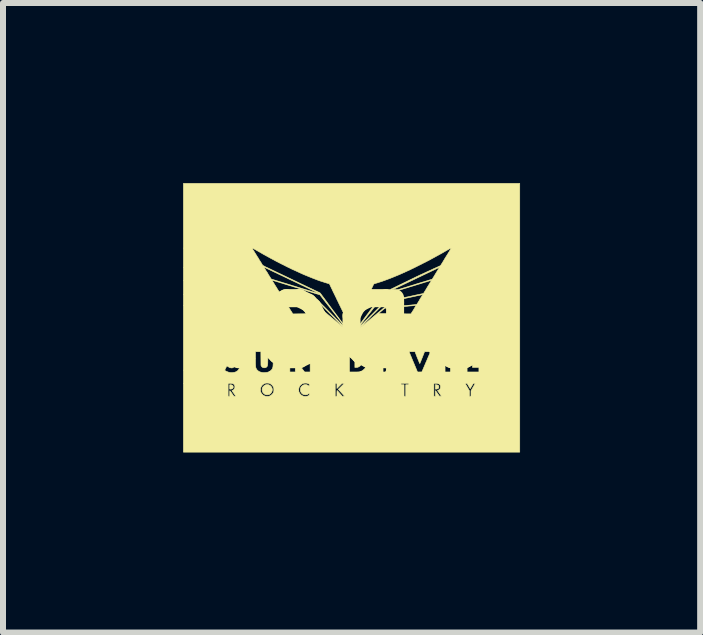
<source format=kicad_pcb>
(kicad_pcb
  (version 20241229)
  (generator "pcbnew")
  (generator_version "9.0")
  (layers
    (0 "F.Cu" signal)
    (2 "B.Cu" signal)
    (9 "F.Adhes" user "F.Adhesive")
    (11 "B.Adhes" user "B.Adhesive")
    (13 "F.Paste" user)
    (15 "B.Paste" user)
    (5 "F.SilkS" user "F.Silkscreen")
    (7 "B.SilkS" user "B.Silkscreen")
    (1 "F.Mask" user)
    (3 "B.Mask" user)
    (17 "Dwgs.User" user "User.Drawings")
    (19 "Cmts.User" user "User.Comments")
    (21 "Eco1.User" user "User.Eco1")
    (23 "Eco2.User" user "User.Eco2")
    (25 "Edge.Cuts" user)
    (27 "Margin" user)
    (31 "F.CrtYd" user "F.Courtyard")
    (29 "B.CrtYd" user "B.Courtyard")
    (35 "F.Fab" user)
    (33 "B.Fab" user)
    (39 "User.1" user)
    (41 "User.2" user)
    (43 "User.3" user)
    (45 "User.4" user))
  (footprint "logo"
    (layer "F.Cu")
    (at 2.805 2.243)
    (property "Reference" "logo" (at 0 0 0) (layer "F.SilkS") (effects (font (size 1.524 1.524) (thickness 0.3))))
    (attr through_hole)
    (fp_poly (pts (xy 1.414 1.116) (xy 1.43 1.119) (xy 1.441 1.123) (xy 1.449 1.13) (xy 1.453 1.14) (xy 1.455 1.148) (xy 1.454 1.161) (xy 1.449 1.172) (xy 1.44 1.181) (xy 1.426 1.186) (xy 1.412 1.188) (xy 1.397 1.188) (xy 1.397 1.114) (xy 1.414 1.116)) (stroke (width 0.01) (type solid)) (fill yes) (layer "F.SilkS"))
    (fp_poly (pts (xy -2.019 1.115) (xy -2.001 1.117) (xy -1.987 1.122) (xy -1.977 1.13) (xy -1.976 1.131) (xy -1.971 1.144) (xy -1.97 1.158) (xy -1.974 1.171) (xy -1.974 1.171) (xy -1.981 1.179) (xy -1.992 1.184) (xy -2.006 1.188) (xy -2.015 1.188) (xy -2.029 1.188) (xy -2.029 1.115) (xy -2.019 1.115)) (stroke (width 0.01) (type solid)) (fill yes) (layer "F.SilkS"))
    (fp_poly (pts (xy 0.077 0.642) (xy 0.094 0.644) (xy 0.107 0.646) (xy 0.118 0.65) (xy 0.128 0.656) (xy 0.13 0.657) (xy 0.146 0.671) (xy 0.158 0.688) (xy 0.166 0.708) (xy 0.169 0.731) (xy 0.169 0.735) (xy 0.167 0.759) (xy 0.16 0.779) (xy 0.149 0.796) (xy 0.133 0.809) (xy 0.123 0.815) (xy 0.112 0.821) (xy 0.103 0.824) (xy 0.092 0.826) (xy 0.08 0.826) (xy 0.056 0.828) (xy 0.056 0.64) (xy 0.077 0.642)) (stroke (width 0.01) (type solid)) (fill yes) (layer "F.SilkS"))
    (fp_poly (pts (xy -1.387 1.114) (xy -1.368 1.121) (xy -1.35 1.133) (xy -1.336 1.148) (xy -1.327 1.162) (xy -1.321 1.181) (xy -1.319 1.202) (xy -1.323 1.222) (xy -1.331 1.24) (xy -1.343 1.257) (xy -1.36 1.272) (xy -1.365 1.275) (xy -1.374 1.279) (xy -1.383 1.282) (xy -1.394 1.283) (xy -1.401 1.283) (xy -1.413 1.284) (xy -1.421 1.283) (xy -1.429 1.281) (xy -1.437 1.278) (xy -1.441 1.276) (xy -1.46 1.263) (xy -1.474 1.248) (xy -1.484 1.229) (xy -1.489 1.209) (xy -1.489 1.187) (xy -1.486 1.171) (xy -1.479 1.157) (xy -1.468 1.142) (xy -1.454 1.13) (xy -1.439 1.12) (xy -1.429 1.116) (xy -1.408 1.113) (xy -1.387 1.114)) (stroke (width 0.01) (type solid)) (fill yes) (layer "F.SilkS"))
    (fp_poly (pts (xy 2.802 2.238) (xy -2.8 2.238) (xy -2.8 1.092) (xy -2.055 1.092) (xy -2.055 1.307) (xy -2.029 1.307) (xy -2.029 1.26) (xy -2.029 1.245) (xy -2.029 1.231) (xy -2.028 1.221) (xy -2.027 1.215) (xy -2.027 1.214) (xy -2.025 1.216) (xy -2.02 1.222) (xy -2.013 1.231) (xy -2.004 1.243) (xy -1.994 1.257) (xy -1.992 1.26) (xy -1.96 1.307) (xy -1.944 1.307) (xy -1.934 1.306) (xy -1.93 1.305) (xy -1.929 1.303) (xy -1.929 1.303) (xy -1.932 1.3) (xy -1.937 1.293) (xy -1.944 1.283) (xy -1.952 1.27) (xy -1.962 1.257) (xy -1.972 1.243) (xy -1.98 1.231) (xy -1.987 1.222) (xy -1.991 1.215) (xy -1.992 1.213) (xy -1.992 1.213) (xy -1.99 1.211) (xy -1.985 1.209) (xy -1.97 1.203) (xy -1.958 1.193) (xy -1.517 1.193) (xy -1.516 1.215) (xy -1.511 1.237) (xy -1.502 1.256) (xy -1.488 1.273) (xy -1.488 1.273) (xy -1.472 1.289) (xy -1.454 1.299) (xy -1.435 1.306) (xy -1.414 1.309) (xy -1.4 1.309) (xy -1.386 1.308) (xy -1.375 1.307) (xy -1.367 1.304) (xy -1.357 1.3) (xy -1.356 1.3) (xy -1.338 1.288) (xy -1.321 1.273) (xy -1.307 1.255) (xy -1.302 1.246) (xy -1.299 1.238) (xy -1.296 1.23) (xy -1.295 1.223) (xy -1.294 1.212) (xy -1.294 1.201) (xy -0.879 1.201) (xy -0.879 1.214) (xy -0.878 1.224) (xy -0.876 1.232) (xy -0.872 1.241) (xy -0.87 1.245) (xy -0.861 1.261) (xy -0.848 1.277) (xy -0.833 1.29) (xy -0.823 1.296) (xy -0.809 1.303) (xy -0.795 1.307) (xy -0.781 1.309) (xy -0.764 1.309) (xy -0.763 1.309) (xy -0.749 1.308) (xy -0.739 1.307) (xy -0.731 1.304) (xy -0.722 1.3) (xy -0.721 1.299) (xy -0.704 1.291) (xy -0.702 1.256) (xy -0.715 1.265) (xy -0.731 1.276) (xy -0.747 1.282) (xy -0.764 1.284) (xy -0.774 1.284) (xy -0.794 1.28) (xy -0.811 1.273) (xy -0.826 1.261) (xy -0.831 1.256) (xy -0.841 1.242) (xy -0.847 1.229) (xy -0.851 1.214) (xy -0.852 1.202) (xy -0.852 1.189) (xy -0.851 1.18) (xy -0.849 1.172) (xy -0.846 1.164) (xy -0.835 1.146) (xy -0.82 1.131) (xy -0.803 1.12) (xy -0.784 1.114) (xy -0.764 1.113) (xy -0.763 1.113) (xy -0.748 1.115) (xy -0.734 1.121) (xy -0.721 1.128) (xy -0.713 1.134) (xy -0.708 1.139) (xy -0.705 1.139) (xy -0.703 1.135) (xy -0.703 1.125) (xy -0.703 1.123) (xy -0.703 1.107) (xy -0.721 1.097) (xy -0.731 1.093) (xy -0.733 1.092) (xy -0.271 1.092) (xy -0.271 1.307) (xy -0.243 1.307) (xy -0.243 1.259) (xy -0.243 1.243) (xy -0.242 1.229) (xy -0.242 1.219) (xy -0.241 1.212) (xy -0.241 1.211) (xy -0.238 1.213) (xy -0.233 1.219) (xy -0.224 1.227) (xy -0.214 1.238) (xy -0.203 1.251) (xy -0.196 1.259) (xy -0.154 1.307) (xy -0.136 1.307) (xy -0.127 1.306) (xy -0.121 1.306) (xy -0.119 1.305) (xy -0.12 1.302) (xy -0.126 1.296) (xy -0.134 1.287) (xy -0.144 1.275) (xy -0.156 1.262) (xy -0.169 1.247) (xy -0.22 1.192) (xy -0.17 1.142) (xy -0.12 1.092) (xy 0.296 1.092) (xy 0.296 1.307) (xy 0.409 1.307) (xy 0.409 1.281) (xy 0.325 1.281) (xy 0.325 1.202) (xy 0.406 1.202) (xy 0.406 1.177) (xy 0.325 1.177) (xy 0.325 1.115) (xy 0.409 1.115) (xy 0.409 1.092) (xy 0.824 1.092) (xy 0.824 1.115) (xy 0.875 1.115) (xy 0.875 1.307) (xy 0.903 1.307) (xy 1.372 1.307) (xy 1.397 1.307) (xy 1.397 1.26) (xy 1.397 1.245) (xy 1.397 1.231) (xy 1.398 1.221) (xy 1.399 1.215) (xy 1.399 1.214) (xy 1.401 1.216) (xy 1.406 1.222) (xy 1.413 1.232) (xy 1.422 1.244) (xy 1.431 1.258) (xy 1.433 1.26) (xy 1.464 1.305) (xy 1.48 1.306) (xy 1.488 1.306) (xy 1.494 1.306) (xy 1.496 1.305) (xy 1.494 1.302) (xy 1.49 1.295) (xy 1.483 1.285) (xy 1.475 1.273) (xy 1.465 1.259) (xy 1.464 1.257) (xy 1.432 1.212) (xy 1.444 1.207) (xy 1.46 1.199) (xy 1.472 1.187) (xy 1.479 1.171) (xy 1.482 1.152) (xy 1.482 1.15) (xy 1.48 1.132) (xy 1.474 1.117) (xy 1.463 1.106) (xy 1.455 1.101) (xy 1.448 1.098) (xy 1.441 1.095) (xy 1.433 1.094) (xy 1.427 1.094) (xy 1.894 1.094) (xy 1.929 1.155) (xy 1.964 1.216) (xy 1.964 1.307) (xy 1.99 1.307) (xy 1.99 1.261) (xy 1.99 1.215) (xy 2.025 1.154) (xy 2.06 1.094) (xy 2.047 1.093) (xy 2.039 1.092) (xy 2.032 1.093) (xy 2.031 1.093) (xy 2.028 1.096) (xy 2.024 1.103) (xy 2.017 1.113) (xy 2.01 1.125) (xy 2.005 1.134) (xy 1.997 1.147) (xy 1.99 1.16) (xy 1.985 1.169) (xy 1.981 1.176) (xy 1.98 1.178) (xy 1.978 1.179) (xy 1.976 1.178) (xy 1.973 1.175) (xy 1.969 1.169) (xy 1.963 1.159) (xy 1.955 1.144) (xy 1.953 1.142) (xy 1.944 1.125) (xy 1.937 1.113) (xy 1.931 1.104) (xy 1.927 1.098) (xy 1.923 1.094) (xy 1.92 1.093) (xy 1.916 1.092) (xy 1.911 1.093) (xy 1.909 1.093) (xy 1.894 1.094) (xy 1.427 1.094) (xy 1.423 1.093) (xy 1.408 1.093) (xy 1.406 1.093) (xy 1.372 1.092) (xy 1.372 1.307) (xy 0.903 1.307) (xy 0.903 1.115) (xy 0.954 1.115) (xy 0.954 1.092) (xy 0.824 1.092) (xy 0.409 1.092) (xy 0.296 1.092) (xy -0.12 1.092) (xy -0.157 1.092) (xy -0.2 1.135) (xy -0.243 1.178) (xy -0.243 1.092) (xy -0.271 1.092) (xy -0.733 1.092) (xy -0.739 1.09) (xy -0.748 1.089) (xy -0.759 1.088) (xy -0.766 1.088) (xy -0.787 1.089) (xy -0.804 1.093) (xy -0.82 1.099) (xy -0.834 1.109) (xy -0.853 1.125) (xy -0.866 1.144) (xy -0.875 1.165) (xy -0.879 1.189) (xy -0.879 1.201) (xy -1.294 1.201) (xy -1.294 1.199) (xy -1.294 1.186) (xy -1.295 1.176) (xy -1.296 1.168) (xy -1.299 1.161) (xy -1.302 1.152) (xy -1.303 1.151) (xy -1.314 1.133) (xy -1.329 1.117) (xy -1.346 1.103) (xy -1.362 1.095) (xy -1.373 1.091) (xy -1.383 1.089) (xy -1.396 1.088) (xy -1.405 1.088) (xy -1.419 1.088) (xy -1.428 1.089) (xy -1.437 1.091) (xy -1.445 1.094) (xy -1.451 1.097) (xy -1.473 1.11) (xy -1.491 1.127) (xy -1.504 1.147) (xy -1.513 1.169) (xy -1.517 1.193) (xy -1.958 1.193) (xy -1.957 1.192) (xy -1.949 1.178) (xy -1.944 1.162) (xy -1.943 1.143) (xy -1.945 1.135) (xy -1.95 1.12) (xy -1.958 1.109) (xy -1.969 1.101) (xy -1.985 1.096) (xy -2.005 1.093) (xy -2.024 1.092) (xy -2.055 1.092) (xy -2.8 1.092) (xy -2.8 0.875) (xy -2.112 0.875) (xy -2.108 0.878) (xy -2.101 0.883) (xy -2.09 0.889) (xy -2.079 0.894) (xy -2.067 0.899) (xy -2.058 0.903) (xy -2.045 0.907) (xy -2.032 0.91) (xy -2.024 0.912) (xy -2.007 0.913) (xy -1.988 0.913) (xy -1.969 0.911) (xy -1.951 0.908) (xy -1.94 0.906) (xy -1.916 0.895) (xy -1.897 0.882) (xy -1.882 0.865) (xy -1.871 0.845) (xy -1.865 0.822) (xy -1.863 0.794) (xy -1.863 0.793) (xy -1.864 0.772) (xy -1.867 0.755) (xy -1.874 0.741) (xy -1.884 0.73) (xy -1.894 0.721) (xy -1.905 0.713) (xy -1.92 0.706) (xy -1.938 0.699) (xy -1.956 0.693) (xy -1.972 0.687) (xy -1.983 0.683) (xy -1.991 0.678) (xy -1.997 0.673) (xy -1.998 0.673) (xy -2.004 0.666) (xy -2.006 0.661) (xy -2.005 0.655) (xy -2.002 0.648) (xy -1.996 0.641) (xy -1.996 0.641) (xy -1.983 0.635) (xy -1.968 0.632) (xy -1.951 0.635) (xy -1.933 0.642) (xy -1.919 0.65) (xy -1.911 0.655) (xy -1.894 0.622) (xy -1.888 0.61) (xy -1.882 0.599) (xy -1.878 0.591) (xy -1.877 0.586) (xy -1.877 0.586) (xy -1.879 0.583) (xy -1.886 0.578) (xy -1.897 0.574) (xy -1.91 0.569) (xy -1.923 0.564) (xy -1.6 0.564) (xy -1.6 0.679) (xy -1.6 0.712) (xy -1.6 0.74) (xy -1.6 0.763) (xy -1.599 0.782) (xy -1.598 0.797) (xy -1.597 0.81) (xy -1.596 0.82) (xy -1.594 0.829) (xy -1.592 0.836) (xy -1.589 0.843) (xy -1.589 0.843) (xy -1.577 0.864) (xy -1.56 0.881) (xy -1.54 0.895) (xy -1.515 0.905) (xy -1.487 0.911) (xy -1.484 0.912) (xy -1.47 0.913) (xy -1.453 0.913) (xy -1.434 0.912) (xy -1.416 0.91) (xy -1.401 0.908) (xy -1.398 0.907) (xy -1.375 0.899) (xy -1.355 0.887) (xy -1.337 0.872) (xy -1.323 0.855) (xy -1.315 0.84) (xy -1.313 0.831) (xy -1.31 0.822) (xy -1.308 0.81) (xy -1.307 0.797) (xy -1.306 0.78) (xy -1.305 0.761) (xy -1.304 0.737) (xy -1.304 0.709) (xy -1.304 0.676) (xy -1.304 0.67) (xy -1.304 0.564) (xy -1.027 0.564) (xy -1.027 0.903) (xy -0.937 0.903) (xy -0.936 0.803) (xy -0.936 0.704) (xy -0.858 0.803) (xy -0.781 0.903) (xy -0.689 0.903) (xy -0.034 0.903) (xy 0.043 0.903) (xy 0.068 0.903) (xy 0.089 0.903) (xy 0.105 0.902) (xy 0.117 0.902) (xy 0.127 0.901) (xy 0.135 0.899) (xy 0.137 0.899) (xy 0.161 0.891) (xy 0.182 0.88) (xy 0.202 0.864) (xy 0.213 0.854) (xy 0.232 0.833) (xy 0.246 0.812) (xy 0.255 0.789) (xy 0.261 0.764) (xy 0.262 0.736) (xy 0.262 0.735) (xy 0.262 0.719) (xy 0.261 0.704) (xy 0.259 0.692) (xy 0.258 0.69) (xy 0.248 0.664) (xy 0.234 0.639) (xy 0.215 0.616) (xy 0.193 0.597) (xy 0.171 0.584) (xy 0.159 0.579) (xy 0.148 0.574) (xy 0.137 0.571) (xy 0.125 0.568) (xy 0.11 0.567) (xy 0.094 0.565) (xy 0.073 0.565) (xy 0.048 0.565) (xy 0.037 0.564) (xy -0.034 0.564) (xy 0.525 0.564) (xy 0.525 0.903) (xy 0.72 0.903) (xy 0.72 0.827) (xy 0.615 0.827) (xy 0.615 0.773) (xy 0.714 0.773) (xy 0.714 0.694) (xy 0.615 0.694) (xy 0.615 0.641) (xy 0.72 0.641) (xy 0.72 0.568) (xy 0.96 0.568) (xy 0.96 0.569) (xy 0.961 0.572) (xy 0.965 0.58) (xy 0.97 0.592) (xy 0.976 0.609) (xy 0.984 0.628) (xy 0.994 0.651) (xy 1.004 0.676) (xy 1.015 0.703) (xy 1.027 0.731) (xy 1.03 0.738) (xy 1.099 0.903) (xy 1.172 0.902) (xy 1.242 0.738) (xy 1.255 0.709) (xy 1.266 0.682) (xy 1.277 0.656) (xy 1.287 0.633) (xy 1.296 0.613) (xy 1.303 0.596) (xy 1.308 0.583) (xy 1.312 0.574) (xy 1.314 0.57) (xy 1.314 0.569) (xy 1.314 0.568) (xy 1.313 0.566) (xy 1.31 0.565) (xy 1.303 0.565) (xy 1.293 0.565) (xy 1.279 0.564) (xy 1.266 0.564) (xy 1.558 0.564) (xy 1.558 0.903) (xy 1.648 0.903) (xy 1.648 0.564) (xy 1.925 0.564) (xy 1.925 0.903) (xy 2.122 0.903) (xy 2.122 0.827) (xy 2.015 0.827) (xy 2.015 0.564) (xy 1.925 0.564) (xy 1.648 0.564) (xy 1.558 0.564) (xy 1.266 0.564) (xy 1.217 0.564) (xy 1.178 0.663) (xy 1.169 0.685) (xy 1.161 0.705) (xy 1.154 0.724) (xy 1.147 0.739) (xy 1.142 0.751) (xy 1.139 0.759) (xy 1.138 0.763) (xy 1.138 0.763) (xy 1.136 0.761) (xy 1.133 0.754) (xy 1.128 0.743) (xy 1.122 0.728) (xy 1.115 0.711) (xy 1.107 0.691) (xy 1.098 0.669) (xy 1.096 0.665) (xy 1.057 0.564) (xy 1.008 0.564) (xy 0.99 0.565) (xy 0.977 0.565) (xy 0.968 0.565) (xy 0.963 0.566) (xy 0.961 0.567) (xy 0.96 0.568) (xy 0.72 0.568) (xy 0.72 0.564) (xy 0.525 0.564) (xy -0.034 0.564) (xy -0.034 0.903) (xy -0.689 0.903) (xy -0.689 0.564) (xy -0.779 0.564) (xy -0.78 0.666) (xy -0.78 0.767) (xy -0.859 0.666) (xy -0.938 0.564) (xy -1.027 0.564) (xy -1.304 0.564) (xy -1.394 0.564) (xy -1.394 0.665) (xy -1.394 0.698) (xy -1.395 0.725) (xy -1.395 0.748) (xy -1.396 0.767) (xy -1.398 0.782) (xy -1.4 0.794) (xy -1.403 0.803) (xy -1.406 0.811) (xy -1.411 0.817) (xy -1.416 0.821) (xy -1.423 0.826) (xy -1.424 0.826) (xy -1.434 0.831) (xy -1.447 0.832) (xy -1.452 0.833) (xy -1.47 0.831) (xy -1.485 0.824) (xy -1.496 0.814) (xy -1.501 0.806) (xy -1.508 0.792) (xy -1.509 0.678) (xy -1.51 0.564) (xy -1.6 0.564) (xy -1.923 0.564) (xy -1.924 0.564) (xy -1.929 0.563) (xy -1.944 0.56) (xy -1.962 0.558) (xy -1.983 0.557) (xy -1.997 0.557) (xy -2.008 0.558) (xy -2.015 0.559) (xy -2.022 0.561) (xy -2.029 0.564) (xy -2.038 0.568) (xy -2.06 0.581) (xy -2.077 0.598) (xy -2.089 0.618) (xy -2.092 0.623) (xy -2.095 0.631) (xy -2.097 0.64) (xy -2.098 0.65) (xy -2.098 0.663) (xy -2.098 0.672) (xy -2.098 0.687) (xy -2.098 0.697) (xy -2.096 0.705) (xy -2.094 0.711) (xy -2.092 0.716) (xy -2.085 0.727) (xy -2.075 0.737) (xy -2.062 0.746) (xy -2.046 0.754) (xy -2.025 0.762) (xy -2.015 0.765) (xy -1.998 0.77) (xy -1.986 0.775) (xy -1.976 0.779) (xy -1.97 0.783) (xy -1.964 0.788) (xy -1.962 0.789) (xy -1.957 0.799) (xy -1.957 0.809) (xy -1.961 0.819) (xy -1.969 0.828) (xy -1.974 0.831) (xy -1.983 0.834) (xy -1.993 0.835) (xy -2.004 0.835) (xy -2.019 0.832) (xy -2.033 0.828) (xy -2.048 0.819) (xy -2.061 0.811) (xy -2.069 0.806) (xy -2.074 0.803) (xy -2.076 0.802) (xy -2.078 0.806) (xy -2.083 0.814) (xy -2.088 0.824) (xy -2.094 0.835) (xy -2.1 0.847) (xy -2.105 0.858) (xy -2.109 0.867) (xy -2.112 0.873) (xy -2.112 0.875) (xy -2.8 0.875) (xy -2.8 -0.203) (xy -1.061 -0.203) (xy -1.06 -0.2) (xy -1.056 -0.192) (xy -1.05 -0.182) (xy -1.043 -0.17) (xy -1.039 -0.164) (xy -1.031 -0.151) (xy -1.024 -0.139) (xy -1.019 -0.131) (xy -1.016 -0.126) (xy -1.016 -0.124) (xy -1.014 -0.121) (xy -1.014 -0.121) (xy -1.011 -0.118) (xy -1.007 -0.112) (xy -1.001 -0.103) (xy -0.998 -0.099) (xy -0.992 -0.088) (xy -0.986 -0.079) (xy -0.981 -0.072) (xy -0.98 -0.071) (xy -0.976 -0.064) (xy -0.841 -0.066) (xy -0.808 -0.066) (xy -0.77 -0.067) (xy -0.73 -0.067) (xy -0.689 -0.068) (xy -0.649 -0.069) (xy -0.611 -0.069) (xy -0.578 -0.07) (xy -0.575 -0.07) (xy -0.541 -0.07) (xy -0.512 -0.071) (xy -0.489 -0.071) (xy -0.47 -0.072) (xy -0.457 -0.073) (xy -0.448 -0.073) (xy -0.444 -0.074) (xy -0.443 -0.075) (xy -0.445 -0.078) (xy -0.451 -0.083) (xy -0.459 -0.09) (xy -0.462 -0.093) (xy -0.473 -0.102) (xy -0.484 -0.111) (xy -0.493 -0.119) (xy -0.494 -0.12) (xy -0.509 -0.133) (xy -0.52 -0.142) (xy -0.528 -0.149) (xy -0.534 -0.154) (xy -0.538 -0.156) (xy -0.541 -0.158) (xy -0.542 -0.159) (xy -0.547 -0.16) (xy -0.556 -0.161) (xy -0.568 -0.162) (xy -0.584 -0.164) (xy -0.599 -0.165) (xy -0.62 -0.167) (xy -0.644 -0.169) (xy -0.667 -0.171) (xy -0.689 -0.173) (xy -0.697 -0.174) (xy -0.737 -0.177) (xy -0.774 -0.181) (xy -0.808 -0.184) (xy -0.839 -0.186) (xy -0.865 -0.188) (xy -0.875 -0.189) (xy -0.892 -0.19) (xy -0.909 -0.192) (xy -0.926 -0.194) (xy -0.936 -0.195) (xy -0.949 -0.196) (xy -0.965 -0.198) (xy -0.983 -0.199) (xy -0.999 -0.2) (xy -1.014 -0.202) (xy -1.029 -0.203) (xy -1.041 -0.204) (xy -1.049 -0.205) (xy -1.049 -0.205) (xy -1.057 -0.206) (xy -1.061 -0.204) (xy -1.061 -0.203) (xy -2.8 -0.203) (xy -2.8 -0.386) (xy -1.176 -0.386) (xy -1.175 -0.383) (xy -1.173 -0.38) (xy -1.169 -0.374) (xy -1.168 -0.371) (xy -1.167 -0.367) (xy -1.166 -0.367) (xy -1.163 -0.365) (xy -1.159 -0.359) (xy -1.156 -0.353) (xy -1.15 -0.343) (xy -1.143 -0.331) (xy -1.14 -0.327) (xy -1.135 -0.318) (xy -1.13 -0.31) (xy -1.129 -0.307) (xy -1.126 -0.301) (xy -1.123 -0.299) (xy -1.121 -0.297) (xy -1.119 -0.294) (xy -1.117 -0.288) (xy -1.112 -0.281) (xy -1.109 -0.277) (xy -1.108 -0.275) (xy -1.106 -0.271) (xy -1.102 -0.266) (xy -1.096 -0.256) (xy -1.089 -0.244) (xy -1.081 -0.232) (xy -1.075 -0.225) (xy -1.07 -0.222) (xy -1.065 -0.221) (xy -1.055 -0.219) (xy -1.042 -0.218) (xy -1.027 -0.217) (xy -1.019 -0.216) (xy -0.999 -0.214) (xy -0.977 -0.212) (xy -0.954 -0.21) (xy -0.932 -0.208) (xy -0.929 -0.207) (xy -0.896 -0.204) (xy -0.868 -0.202) (xy -0.845 -0.2) (xy -0.826 -0.198) (xy -0.809 -0.196) (xy -0.795 -0.195) (xy -0.783 -0.194) (xy -0.772 -0.193) (xy -0.761 -0.192) (xy -0.761 -0.192) (xy -0.746 -0.191) (xy -0.733 -0.189) (xy -0.722 -0.188) (xy -0.715 -0.188) (xy -0.709 -0.187) (xy -0.698 -0.186) (xy -0.684 -0.184) (xy -0.667 -0.183) (xy -0.655 -0.182) (xy -0.635 -0.18) (xy -0.614 -0.178) (xy -0.594 -0.176) (xy -0.576 -0.175) (xy -0.569 -0.174) (xy -0.533 -0.171) (xy -0.506 -0.148) (xy -0.493 -0.137) (xy -0.478 -0.124) (xy -0.464 -0.113) (xy -0.456 -0.106) (xy -0.444 -0.096) (xy -0.43 -0.084) (xy -0.415 -0.072) (xy -0.404 -0.062) (xy -0.392 -0.052) (xy -0.38 -0.042) (xy -0.37 -0.034) (xy -0.363 -0.028) (xy -0.363 -0.028) (xy -0.354 -0.021) (xy -0.343 -0.012) (xy -0.337 -0.007) (xy -0.328 0.001) (xy -0.317 0.01) (xy -0.312 0.014) (xy -0.303 0.022) (xy -0.292 0.03) (xy -0.287 0.035) (xy -0.276 0.044) (xy -0.265 0.053) (xy -0.26 0.058) (xy -0.246 0.069) (xy -0.233 0.08) (xy -0.221 0.091) (xy -0.206 0.103) (xy -0.189 0.117) (xy -0.182 0.123) (xy -0.172 0.131) (xy -0.161 0.14) (xy -0.153 0.147) (xy -0.145 0.153) (xy -0.139 0.157) (xy -0.136 0.158) (xy -0.136 0.158) (xy -0.138 0.155) (xy -0.143 0.149) (xy -0.152 0.14) (xy -0.164 0.127) (xy -0.18 0.111) (xy -0.197 0.093) (xy -0.218 0.072) (xy -0.24 0.05) (xy -0.264 0.025) (xy -0.29 -0.001) (xy -0.318 -0.028) (xy -0.337 -0.048) (xy -0.539 -0.25) (xy -0.557 -0.254) (xy -0.569 -0.256) (xy -0.583 -0.259) (xy -0.597 -0.262) (xy -0.597 -0.262) (xy -0.612 -0.266) (xy -0.628 -0.269) (xy -0.642 -0.272) (xy -0.654 -0.275) (xy -0.666 -0.277) (xy -0.675 -0.279) (xy -0.676 -0.279) (xy -0.698 -0.284) (xy -0.719 -0.289) (xy -0.738 -0.293) (xy -0.754 -0.297) (xy -0.766 -0.299) (xy -0.77 -0.3) (xy -0.779 -0.301) (xy -0.786 -0.303) (xy -0.788 -0.304) (xy -0.791 -0.305) (xy -0.799 -0.306) (xy -0.809 -0.309) (xy -0.812 -0.309) (xy -0.826 -0.312) (xy -0.84 -0.315) (xy -0.852 -0.317) (xy -0.86 -0.319) (xy -0.868 -0.321) (xy -0.877 -0.323) (xy -0.889 -0.325) (xy -0.903 -0.328) (xy -0.922 -0.332) (xy -0.933 -0.334) (xy -0.941 -0.336) (xy -0.953 -0.339) (xy -0.968 -0.342) (xy -0.985 -0.346) (xy -1.001 -0.349) (xy -1.016 -0.353) (xy -1.028 -0.355) (xy -1.034 -0.357) (xy -1.04 -0.358) (xy -1.049 -0.36) (xy -1.06 -0.362) (xy -1.063 -0.363) (xy -1.081 -0.367) (xy -1.099 -0.371) (xy -1.118 -0.375) (xy -1.14 -0.38) (xy -1.147 -0.381) (xy -1.158 -0.384) (xy -1.168 -0.385) (xy -1.174 -0.386) (xy -1.176 -0.386) (xy -2.8 -0.386) (xy -2.8 -0.62) (xy -1.323 -0.62) (xy -1.32 -0.616) (xy -1.32 -0.615) (xy -1.316 -0.61) (xy -1.311 -0.602) (xy -1.304 -0.592) (xy -1.297 -0.581) (xy -1.29 -0.569) (xy -1.285 -0.56) (xy -1.28 -0.552) (xy -1.279 -0.548) (xy -1.278 -0.548) (xy -1.277 -0.545) (xy -1.276 -0.545) (xy -1.273 -0.542) (xy -1.271 -0.538) (xy -1.269 -0.532) (xy -1.267 -0.531) (xy -1.265 -0.528) (xy -1.264 -0.526) (xy -1.263 -0.523) (xy -1.262 -0.522) (xy -1.26 -0.52) (xy -1.256 -0.514) (xy -1.252 -0.509) (xy -1.247 -0.5) (xy -1.243 -0.493) (xy -1.241 -0.49) (xy -1.238 -0.484) (xy -1.233 -0.476) (xy -1.229 -0.47) (xy -1.224 -0.462) (xy -1.221 -0.456) (xy -1.219 -0.454) (xy -1.217 -0.451) (xy -1.214 -0.447) (xy -1.211 -0.442) (xy -1.206 -0.434) (xy -1.2 -0.424) (xy -1.2 -0.423) (xy -1.188 -0.404) (xy -1.171 -0.401) (xy -1.161 -0.4) (xy -1.148 -0.397) (xy -1.132 -0.394) (xy -1.116 -0.39) (xy -1.113 -0.39) (xy -1.097 -0.386) (xy -1.08 -0.382) (xy -1.065 -0.379) (xy -1.054 -0.377) (xy -1.053 -0.376) (xy -1.035 -0.373) (xy -1.014 -0.368) (xy -0.991 -0.363) (xy -0.975 -0.36) (xy -0.952 -0.355) (xy -0.933 -0.351) (xy -0.919 -0.348) (xy -0.908 -0.345) (xy -0.899 -0.344) (xy -0.893 -0.342) (xy -0.889 -0.342) (xy -0.882 -0.34) (xy -0.87 -0.338) (xy -0.856 -0.335) (xy -0.84 -0.331) (xy -0.835 -0.33) (xy -0.817 -0.326) (xy -0.803 -0.323) (xy -0.789 -0.32) (xy -0.775 -0.317) (xy -0.759 -0.314) (xy -0.739 -0.309) (xy -0.727 -0.307) (xy -0.711 -0.303) (xy -0.695 -0.3) (xy -0.691 -0.299) (xy -0.678 -0.296) (xy -0.665 -0.294) (xy -0.655 -0.292) (xy -0.652 -0.291) (xy -0.645 -0.29) (xy -0.634 -0.287) (xy -0.619 -0.284) (xy -0.603 -0.281) (xy -0.589 -0.278) (xy -0.538 -0.267) (xy -0.319 -0.046) (xy -0.29 -0.017) (xy -0.262 0.012) (xy -0.235 0.038) (xy -0.21 0.064) (xy -0.187 0.087) (xy -0.165 0.108) (xy -0.146 0.127) (xy -0.13 0.143) (xy -0.117 0.156) (xy -0.107 0.166) (xy -0.1 0.172) (xy -0.097 0.175) (xy -0.097 0.175) (xy -0.093 0.173) (xy -0.093 0.173) (xy -0.095 0.169) (xy -0.099 0.164) (xy -0.1 0.163) (xy -0.106 0.156) (xy -0.112 0.148) (xy -0.113 0.147) (xy -0.12 0.138) (xy -0.127 0.129) (xy -0.127 0.128) (xy -0.133 0.121) (xy -0.141 0.112) (xy -0.146 0.106) (xy -0.153 0.097) (xy -0.162 0.085) (xy -0.173 0.071) (xy -0.184 0.056) (xy -0.195 0.042) (xy -0.204 0.03) (xy -0.21 0.023) (xy -0.217 0.014) (xy -0.224 0.005) (xy -0.226 0.003) (xy -0.231 -0.004) (xy -0.239 -0.014) (xy -0.246 -0.022) (xy -0.26 -0.041) (xy -0.273 -0.058) (xy -0.286 -0.074) (xy -0.286 -0.075) (xy -0.294 -0.085) (xy -0.303 -0.096) (xy -0.307 -0.101) (xy -0.315 -0.111) (xy -0.324 -0.122) (xy -0.327 -0.127) (xy -0.334 -0.136) (xy -0.341 -0.145) (xy -0.344 -0.148) (xy -0.352 -0.158) (xy -0.358 -0.166) (xy -0.363 -0.172) (xy -0.367 -0.178) (xy -0.373 -0.186) (xy -0.378 -0.192) (xy -0.379 -0.193) (xy -0.383 -0.198) (xy -0.389 -0.206) (xy -0.397 -0.215) (xy -0.4 -0.22) (xy -0.407 -0.229) (xy -0.413 -0.237) (xy -0.417 -0.242) (xy -0.418 -0.243) (xy -0.42 -0.245) (xy -0.425 -0.252) (xy -0.432 -0.26) (xy -0.436 -0.265) (xy -0.444 -0.276) (xy -0.452 -0.287) (xy -0.459 -0.295) (xy -0.461 -0.297) (xy -0.467 -0.305) (xy -0.471 -0.311) (xy -0.472 -0.314) (xy -0.475 -0.318) (xy -0.477 -0.319) (xy -0.48 -0.321) (xy -0.484 -0.327) (xy -0.487 -0.331) (xy -0.493 -0.339) (xy -0.499 -0.347) (xy -0.501 -0.35) (xy -0.506 -0.355) (xy -0.508 -0.358) (xy -0.508 -0.359) (xy -0.51 -0.361) (xy -0.514 -0.367) (xy -0.516 -0.37) (xy -0.522 -0.376) (xy -0.525 -0.38) (xy -0.525 -0.381) (xy -0.527 -0.383) (xy -0.534 -0.385) (xy -0.537 -0.386) (xy -0.543 -0.388) (xy -0.55 -0.39) (xy -0.559 -0.392) (xy -0.57 -0.396) (xy -0.585 -0.4) (xy -0.604 -0.406) (xy -0.605 -0.406) (xy -0.624 -0.412) (xy -0.64 -0.417) (xy -0.656 -0.422) (xy -0.675 -0.428) (xy -0.686 -0.431) (xy -0.699 -0.435) (xy -0.703 -0.436) (xy -0.715 -0.44) (xy -0.727 -0.443) (xy -0.731 -0.445) (xy -0.739 -0.447) (xy -0.751 -0.451) (xy -0.766 -0.455) (xy -0.785 -0.461) (xy -0.804 -0.467) (xy -0.825 -0.473) (xy -0.846 -0.48) (xy -0.865 -0.486) (xy -0.868 -0.487) (xy -0.884 -0.492) (xy -0.903 -0.498) (xy -0.921 -0.503) (xy -0.929 -0.505) (xy -0.944 -0.51) (xy -0.962 -0.515) (xy -0.977 -0.52) (xy -0.984 -0.522) (xy -0.998 -0.527) (xy -1.015 -0.532) (xy -1.032 -0.537) (xy -1.039 -0.539) (xy -1.058 -0.545) (xy -1.079 -0.551) (xy -1.1 -0.558) (xy -1.12 -0.564) (xy -1.138 -0.569) (xy -1.153 -0.574) (xy -1.159 -0.576) (xy -1.168 -0.579) (xy -1.181 -0.582) (xy -1.196 -0.587) (xy -1.211 -0.592) (xy -1.214 -0.593) (xy -1.231 -0.598) (xy -1.25 -0.604) (xy -1.269 -0.61) (xy -1.283 -0.614) (xy -1.3 -0.619) (xy -1.312 -0.622) (xy -1.319 -0.623) (xy -1.323 -0.623) (xy -1.323 -0.62) (xy -2.8 -0.62) (xy -2.8 -0.842) (xy -1.459 -0.842) (xy -1.459 -0.838) (xy -1.457 -0.835) (xy -1.457 -0.835) (xy -1.454 -0.832) (xy -1.45 -0.826) (xy -1.444 -0.817) (xy -1.438 -0.807) (xy -1.432 -0.797) (xy -1.427 -0.788) (xy -1.423 -0.782) (xy -1.422 -0.78) (xy -1.421 -0.776) (xy -1.42 -0.776) (xy -1.417 -0.773) (xy -1.413 -0.766) (xy -1.406 -0.757) (xy -1.399 -0.746) (xy -1.393 -0.735) (xy -1.387 -0.724) (xy -1.382 -0.716) (xy -1.382 -0.715) (xy -1.378 -0.708) (xy -1.374 -0.703) (xy -1.372 -0.7) (xy -1.371 -0.698) (xy -1.368 -0.695) (xy -1.365 -0.689) (xy -1.36 -0.681) (xy -1.352 -0.669) (xy -1.352 -0.667) (xy -1.345 -0.657) (xy -1.34 -0.65) (xy -1.336 -0.646) (xy -1.331 -0.643) (xy -1.324 -0.641) (xy -1.322 -0.64) (xy -1.315 -0.638) (xy -1.304 -0.635) (xy -1.29 -0.631) (xy -1.275 -0.626) (xy -1.259 -0.621) (xy -1.245 -0.617) (xy -1.232 -0.613) (xy -1.226 -0.611) (xy -1.218 -0.608) (xy -1.206 -0.605) (xy -1.194 -0.601) (xy -1.194 -0.601) (xy -1.183 -0.598) (xy -1.173 -0.595) (xy -1.166 -0.593) (xy -1.166 -0.593) (xy -1.16 -0.591) (xy -1.151 -0.588) (xy -1.139 -0.584) (xy -1.125 -0.58) (xy -1.125 -0.58) (xy -1.101 -0.573) (xy -1.078 -0.566) (xy -1.057 -0.559) (xy -1.038 -0.553) (xy -1.022 -0.549) (xy -1.011 -0.545) (xy -1.006 -0.543) (xy -0.991 -0.538) (xy -0.972 -0.533) (xy -0.953 -0.527) (xy -0.941 -0.524) (xy -0.929 -0.52) (xy -0.915 -0.516) (xy -0.909 -0.514) (xy -0.898 -0.51) (xy -0.885 -0.506) (xy -0.872 -0.502) (xy -0.86 -0.499) (xy -0.849 -0.495) (xy -0.84 -0.492) (xy -0.84 -0.492) (xy -0.831 -0.49) (xy -0.818 -0.485) (xy -0.801 -0.48) (xy -0.783 -0.475) (xy -0.763 -0.469) (xy -0.743 -0.463) (xy -0.734 -0.46) (xy -0.719 -0.455) (xy -0.704 -0.451) (xy -0.69 -0.446) (xy -0.684 -0.445) (xy -0.671 -0.44) (xy -0.658 -0.436) (xy -0.648 -0.433) (xy -0.636 -0.43) (xy -0.625 -0.427) (xy -0.619 -0.425) (xy -0.611 -0.422) (xy -0.6 -0.419) (xy -0.588 -0.415) (xy -0.587 -0.415) (xy -0.576 -0.412) (xy -0.567 -0.409) (xy -0.561 -0.406) (xy -0.56 -0.406) (xy -0.552 -0.404) (xy -0.548 -0.405) (xy -0.548 -0.406) (xy -0.549 -0.408) (xy -0.554 -0.411) (xy -0.562 -0.415) (xy -0.574 -0.422) (xy -0.59 -0.429) (xy -0.611 -0.439) (xy -0.629 -0.448) (xy -0.639 -0.453) (xy -0.65 -0.458) (xy -0.664 -0.464) (xy -0.68 -0.472) (xy -0.699 -0.481) (xy -0.722 -0.492) (xy -0.75 -0.506) (xy -0.768 -0.514) (xy -0.783 -0.522) (xy -0.8 -0.53) (xy -0.816 -0.537) (xy -0.828 -0.543) (xy -0.841 -0.549) (xy -0.857 -0.557) (xy -0.873 -0.565) (xy -0.89 -0.572) (xy -0.89 -0.573) (xy -0.906 -0.581) (xy -0.923 -0.589) (xy -0.939 -0.596) (xy -0.952 -0.602) (xy -0.953 -0.603) (xy -0.981 -0.616) (xy -1.013 -0.631) (xy -1.044 -0.646) (xy -1.074 -0.661) (xy -1.082 -0.665) (xy -1.098 -0.672) (xy -1.116 -0.681) (xy -1.133 -0.689) (xy -1.144 -0.694) (xy -1.172 -0.707) (xy -1.196 -0.719) (xy -1.216 -0.728) (xy -1.236 -0.738) (xy -1.254 -0.747) (xy -1.267 -0.753) (xy -1.283 -0.76) (xy -1.299 -0.768) (xy -1.314 -0.775) (xy -1.326 -0.781) (xy -1.328 -0.782) (xy -1.338 -0.786) (xy -1.351 -0.793) (xy -1.367 -0.801) (xy -1.385 -0.809) (xy -1.403 -0.818) (xy -1.404 -0.818) (xy -1.42 -0.826) (xy -1.434 -0.833) (xy -1.445 -0.838) (xy -1.453 -0.842) (xy -1.458 -0.844) (xy -1.458 -0.844) (xy -1.459 -0.842) (xy -2.8 -0.842) (xy -2.8 -1.161) (xy -1.654 -1.161) (xy -1.653 -1.156) (xy -1.651 -1.151) (xy -1.65 -1.149) (xy -1.646 -1.144) (xy -1.645 -1.141) (xy -1.644 -1.136) (xy -1.642 -1.134) (xy -1.638 -1.129) (xy -1.634 -1.122) (xy -1.633 -1.12) (xy -1.629 -1.114) (xy -1.626 -1.11) (xy -1.626 -1.109) (xy -1.623 -1.106) (xy -1.621 -1.102) (xy -1.61 -1.084) (xy -1.6 -1.068) (xy -1.59 -1.052) (xy -1.579 -1.034) (xy -1.566 -1.013) (xy -1.564 -1.011) (xy -1.555 -0.997) (xy -1.547 -0.984) (xy -1.541 -0.973) (xy -1.537 -0.966) (xy -1.535 -0.963) (xy -1.535 -0.962) (xy -1.534 -0.959) (xy -1.532 -0.956) (xy -1.529 -0.952) (xy -1.523 -0.945) (xy -1.517 -0.934) (xy -1.509 -0.923) (xy -1.502 -0.911) (xy -1.496 -0.9) (xy -1.491 -0.892) (xy -1.486 -0.884) (xy -1.481 -0.877) (xy -1.48 -0.875) (xy -1.474 -0.871) (xy -1.463 -0.865) (xy -1.448 -0.857) (xy -1.43 -0.847) (xy -1.41 -0.838) (xy -1.401 -0.834) (xy -1.388 -0.828) (xy -1.372 -0.82) (xy -1.356 -0.813) (xy -1.345 -0.807) (xy -1.286 -0.779) (xy -1.228 -0.751) (xy -1.214 -0.744) (xy -1.201 -0.739) (xy -1.186 -0.731) (xy -1.17 -0.724) (xy -1.154 -0.716) (xy -1.138 -0.708) (xy -1.119 -0.699) (xy -1.101 -0.691) (xy -1.088 -0.684) (xy -1.065 -0.673) (xy -1.038 -0.66) (xy -1.008 -0.646) (xy -0.977 -0.631) (xy -0.946 -0.616) (xy -0.941 -0.614) (xy -0.924 -0.606) (xy -0.906 -0.597) (xy -0.888 -0.588) (xy -0.873 -0.581) (xy -0.858 -0.574) (xy -0.84 -0.565) (xy -0.823 -0.557) (xy -0.814 -0.553) (xy -0.803 -0.548) (xy -0.787 -0.54) (xy -0.77 -0.532) (xy -0.751 -0.523) (xy -0.733 -0.514) (xy -0.717 -0.506) (xy -0.703 -0.5) (xy -0.691 -0.494) (xy -0.683 -0.49) (xy -0.679 -0.488) (xy -0.679 -0.488) (xy -0.676 -0.487) (xy -0.669 -0.484) (xy -0.658 -0.479) (xy -0.645 -0.472) (xy -0.629 -0.465) (xy -0.622 -0.461) (xy -0.604 -0.452) (xy -0.586 -0.444) (xy -0.569 -0.436) (xy -0.555 -0.429) (xy -0.544 -0.424) (xy -0.543 -0.423) (xy -0.532 -0.418) (xy -0.524 -0.413) (xy -0.52 -0.41) (xy -0.519 -0.409) (xy -0.518 -0.406) (xy -0.514 -0.401) (xy -0.513 -0.4) (xy -0.508 -0.394) (xy -0.502 -0.386) (xy -0.499 -0.381) (xy -0.493 -0.373) (xy -0.487 -0.365) (xy -0.485 -0.363) (xy -0.48 -0.356) (xy -0.474 -0.348) (xy -0.474 -0.348) (xy -0.468 -0.339) (xy -0.461 -0.331) (xy -0.461 -0.331) (xy -0.455 -0.323) (xy -0.449 -0.315) (xy -0.448 -0.313) (xy -0.442 -0.304) (xy -0.435 -0.296) (xy -0.434 -0.295) (xy -0.429 -0.289) (xy -0.426 -0.285) (xy -0.426 -0.285) (xy -0.425 -0.282) (xy -0.421 -0.276) (xy -0.418 -0.273) (xy -0.412 -0.265) (xy -0.407 -0.258) (xy -0.406 -0.256) (xy -0.4 -0.248) (xy -0.392 -0.237) (xy -0.384 -0.226) (xy -0.376 -0.215) (xy -0.368 -0.205) (xy -0.363 -0.198) (xy -0.359 -0.194) (xy -0.359 -0.193) (xy -0.356 -0.189) (xy -0.352 -0.183) (xy -0.351 -0.182) (xy -0.347 -0.175) (xy -0.342 -0.169) (xy -0.335 -0.161) (xy -0.332 -0.157) (xy -0.329 -0.152) (xy -0.327 -0.15) (xy -0.326 -0.146) (xy -0.322 -0.142) (xy -0.32 -0.139) (xy -0.314 -0.132) (xy -0.306 -0.121) (xy -0.297 -0.109) (xy -0.286 -0.095) (xy -0.275 -0.08) (xy -0.264 -0.065) (xy -0.254 -0.051) (xy -0.244 -0.039) (xy -0.237 -0.029) (xy -0.235 -0.026) (xy -0.231 -0.021) (xy -0.225 -0.013) (xy -0.217 -0.002) (xy -0.209 0.01) (xy -0.207 0.012) (xy -0.196 0.026) (xy -0.189 0.036) (xy -0.183 0.045) (xy -0.177 0.052) (xy -0.172 0.059) (xy -0.166 0.068) (xy -0.163 0.071) (xy -0.157 0.08) (xy -0.152 0.086) (xy -0.15 0.089) (xy -0.148 0.092) (xy -0.142 0.1) (xy -0.135 0.11) (xy -0.125 0.122) (xy -0.115 0.136) (xy -0.105 0.15) (xy -0.094 0.164) (xy -0.085 0.177) (xy -0.076 0.188) (xy -0.07 0.197) (xy -0.066 0.202) (xy -0.066 0.203) (xy -0.06 0.21) (xy -0.056 0.215) (xy -0.052 0.22) (xy -0.051 0.223) (xy -0.049 0.226) (xy -0.044 0.232) (xy -0.036 0.242) (xy -0.034 0.245) (xy -0.03 0.247) (xy -0.021 0.248) (xy -0.008 0.248) (xy 0.003 0.248) (xy 0.036 0.248) (xy 0.053 0.226) (xy 0.061 0.215) (xy 0.068 0.207) (xy 0.072 0.201) (xy 0.074 0.198) (xy 0.076 0.196) (xy 0.078 0.194) (xy 0.081 0.189) (xy 0.086 0.182) (xy 0.088 0.179) (xy 0.092 0.173) (xy 0.107 0.173) (xy 0.109 0.175) (xy 0.112 0.173) (xy 0.118 0.167) (xy 0.127 0.159) (xy 0.147 0.159) (xy 0.147 0.16) (xy 0.15 0.16) (xy 0.154 0.157) (xy 0.162 0.151) (xy 0.173 0.142) (xy 0.178 0.138) (xy 0.191 0.127) (xy 0.204 0.116) (xy 0.216 0.105) (xy 0.224 0.099) (xy 0.234 0.091) (xy 0.242 0.084) (xy 0.249 0.079) (xy 0.25 0.078) (xy 0.255 0.073) (xy 0.263 0.067) (xy 0.272 0.059) (xy 0.275 0.056) (xy 0.285 0.049) (xy 0.293 0.042) (xy 0.299 0.037) (xy 0.3 0.036) (xy 0.304 0.032) (xy 0.312 0.026) (xy 0.322 0.017) (xy 0.334 0.007) (xy 0.348 -0.004) (xy 0.351 -0.007) (xy 0.366 -0.019) (xy 0.382 -0.033) (xy 0.397 -0.045) (xy 0.41 -0.056) (xy 0.419 -0.064) (xy 0.431 -0.074) (xy 0.432 -0.075) (xy 0.454 -0.075) (xy 0.455 -0.073) (xy 0.457 -0.072) (xy 0.462 -0.072) (xy 0.47 -0.071) (xy 0.481 -0.071) (xy 0.497 -0.07) (xy 0.517 -0.07) (xy 0.524 -0.07) (xy 0.544 -0.07) (xy 0.567 -0.07) (xy 0.594 -0.069) (xy 0.623 -0.069) (xy 0.654 -0.069) (xy 0.683 -0.068) (xy 0.71 -0.068) (xy 0.739 -0.067) (xy 0.771 -0.067) (xy 0.803 -0.067) (xy 0.834 -0.066) (xy 0.863 -0.066) (xy 0.89 -0.066) (xy 0.908 -0.065) (xy 0.99 -0.065) (xy 1.003 -0.087) (xy 1.011 -0.098) (xy 1.018 -0.11) (xy 1.024 -0.119) (xy 1.025 -0.12) (xy 1.03 -0.128) (xy 1.032 -0.133) (xy 1.033 -0.135) (xy 1.035 -0.138) (xy 1.036 -0.138) (xy 1.038 -0.14) (xy 1.039 -0.141) (xy 1.04 -0.145) (xy 1.044 -0.152) (xy 1.05 -0.162) (xy 1.057 -0.174) (xy 1.057 -0.174) (xy 1.064 -0.186) (xy 1.07 -0.195) (xy 1.073 -0.202) (xy 1.074 -0.205) (xy 1.074 -0.205) (xy 1.071 -0.205) (xy 1.064 -0.205) (xy 1.053 -0.204) (xy 1.048 -0.204) (xy 1.032 -0.202) (xy 1.015 -0.2) (xy 0.999 -0.199) (xy 0.998 -0.199) (xy 0.982 -0.198) (xy 0.966 -0.196) (xy 0.951 -0.195) (xy 0.95 -0.195) (xy 0.938 -0.193) (xy 0.922 -0.192) (xy 0.905 -0.19) (xy 0.89 -0.189) (xy 0.864 -0.187) (xy 0.833 -0.184) (xy 0.796 -0.181) (xy 0.755 -0.178) (xy 0.71 -0.174) (xy 0.689 -0.172) (xy 0.665 -0.17) (xy 0.641 -0.167) (xy 0.619 -0.166) (xy 0.612 -0.165) (xy 0.595 -0.163) (xy 0.58 -0.162) (xy 0.568 -0.161) (xy 0.56 -0.159) (xy 0.556 -0.159) (xy 0.551 -0.156) (xy 0.544 -0.15) (xy 0.537 -0.145) (xy 0.522 -0.132) (xy 0.507 -0.119) (xy 0.492 -0.107) (xy 0.48 -0.096) (xy 0.469 -0.088) (xy 0.462 -0.082) (xy 0.457 -0.079) (xy 0.457 -0.079) (xy 0.455 -0.077) (xy 0.454 -0.075) (xy 0.432 -0.075) (xy 0.445 -0.086) (xy 0.46 -0.098) (xy 0.471 -0.107) (xy 0.485 -0.119) (xy 0.5 -0.131) (xy 0.514 -0.143) (xy 0.524 -0.152) (xy 0.535 -0.161) (xy 0.543 -0.166) (xy 0.548 -0.17) (xy 0.554 -0.172) (xy 0.559 -0.172) (xy 0.563 -0.172) (xy 0.573 -0.173) (xy 0.586 -0.174) (xy 0.599 -0.175) (xy 0.601 -0.175) (xy 0.613 -0.176) (xy 0.628 -0.178) (xy 0.646 -0.18) (xy 0.664 -0.182) (xy 0.672 -0.182) (xy 0.71 -0.186) (xy 0.745 -0.189) (xy 0.778 -0.192) (xy 0.811 -0.195) (xy 0.844 -0.198) (xy 0.879 -0.202) (xy 0.918 -0.205) (xy 0.941 -0.207) (xy 0.961 -0.209) (xy 0.984 -0.211) (xy 1.008 -0.214) (xy 1.029 -0.216) (xy 1.034 -0.216) (xy 1.05 -0.218) (xy 1.064 -0.219) (xy 1.076 -0.221) (xy 1.083 -0.222) (xy 1.086 -0.223) (xy 1.09 -0.228) (xy 1.095 -0.235) (xy 1.096 -0.237) (xy 1.1 -0.244) (xy 1.103 -0.248) (xy 1.104 -0.248) (xy 1.106 -0.251) (xy 1.106 -0.251) (xy 1.108 -0.255) (xy 1.112 -0.262) (xy 1.117 -0.271) (xy 1.119 -0.274) (xy 1.126 -0.284) (xy 1.131 -0.293) (xy 1.134 -0.299) (xy 1.135 -0.3) (xy 1.137 -0.305) (xy 1.142 -0.313) (xy 1.149 -0.324) (xy 1.156 -0.336) (xy 1.157 -0.337) (xy 1.165 -0.349) (xy 1.171 -0.36) (xy 1.176 -0.368) (xy 1.179 -0.373) (xy 1.179 -0.373) (xy 1.181 -0.377) (xy 1.183 -0.378) (xy 1.185 -0.38) (xy 1.185 -0.382) (xy 1.185 -0.385) (xy 1.181 -0.386) (xy 1.175 -0.385) (xy 1.165 -0.382) (xy 1.161 -0.381) (xy 1.154 -0.379) (xy 1.143 -0.377) (xy 1.137 -0.375) (xy 1.126 -0.373) (xy 1.112 -0.37) (xy 1.103 -0.368) (xy 1.09 -0.366) (xy 1.076 -0.363) (xy 1.065 -0.36) (xy 1.055 -0.358) (xy 1.041 -0.355) (xy 1.025 -0.352) (xy 1.008 -0.348) (xy 1.005 -0.347) (xy 0.989 -0.344) (xy 0.974 -0.34) (xy 0.962 -0.338) (xy 0.953 -0.336) (xy 0.951 -0.336) (xy 0.942 -0.334) (xy 0.93 -0.331) (xy 0.917 -0.329) (xy 0.912 -0.327) (xy 0.889 -0.322) (xy 0.871 -0.318) (xy 0.856 -0.315) (xy 0.845 -0.313) (xy 0.837 -0.311) (xy 0.83 -0.31) (xy 0.825 -0.308) (xy 0.82 -0.308) (xy 0.808 -0.305) (xy 0.794 -0.302) (xy 0.778 -0.299) (xy 0.758 -0.294) (xy 0.733 -0.289) (xy 0.728 -0.288) (xy 0.712 -0.284) (xy 0.695 -0.281) (xy 0.681 -0.277) (xy 0.669 -0.275) (xy 0.667 -0.275) (xy 0.654 -0.272) (xy 0.64 -0.269) (xy 0.631 -0.267) (xy 0.619 -0.264) (xy 0.605 -0.261) (xy 0.593 -0.259) (xy 0.581 -0.256) (xy 0.57 -0.254) (xy 0.563 -0.252) (xy 0.562 -0.252) (xy 0.56 -0.251) (xy 0.556 -0.248) (xy 0.55 -0.243) (xy 0.543 -0.236) (xy 0.533 -0.227) (xy 0.521 -0.216) (xy 0.507 -0.202) (xy 0.489 -0.185) (xy 0.469 -0.165) (xy 0.446 -0.142) (xy 0.419 -0.115) (xy 0.389 -0.085) (xy 0.355 -0.051) (xy 0.35 -0.047) (xy 0.322 -0.018) (xy 0.295 0.009) (xy 0.269 0.034) (xy 0.245 0.058) (xy 0.224 0.08) (xy 0.204 0.1) (xy 0.187 0.118) (xy 0.172 0.132) (xy 0.161 0.144) (xy 0.152 0.153) (xy 0.148 0.157) (xy 0.147 0.159) (xy 0.127 0.159) (xy 0.127 0.158) (xy 0.14 0.146) (xy 0.155 0.13) (xy 0.174 0.112) (xy 0.195 0.092) (xy 0.217 0.069) (xy 0.242 0.044) (xy 0.269 0.018) (xy 0.297 -0.01) (xy 0.326 -0.04) (xy 0.333 -0.046) (xy 0.553 -0.267) (xy 0.571 -0.271) (xy 0.584 -0.273) (xy 0.598 -0.276) (xy 0.605 -0.278) (xy 0.617 -0.28) (xy 0.631 -0.284) (xy 0.645 -0.286) (xy 0.645 -0.286) (xy 0.659 -0.289) (xy 0.676 -0.293) (xy 0.691 -0.296) (xy 0.691 -0.296) (xy 0.706 -0.3) (xy 0.723 -0.303) (xy 0.737 -0.306) (xy 0.738 -0.306) (xy 0.75 -0.309) (xy 0.762 -0.311) (xy 0.771 -0.313) (xy 0.772 -0.313) (xy 0.782 -0.316) (xy 0.794 -0.318) (xy 0.796 -0.319) (xy 0.803 -0.32) (xy 0.815 -0.323) (xy 0.829 -0.326) (xy 0.844 -0.329) (xy 0.849 -0.33) (xy 0.865 -0.334) (xy 0.88 -0.337) (xy 0.892 -0.34) (xy 0.901 -0.341) (xy 0.903 -0.342) (xy 0.908 -0.343) (xy 0.915 -0.344) (xy 0.923 -0.346) (xy 0.934 -0.348) (xy 0.949 -0.351) (xy 0.967 -0.355) (xy 0.989 -0.36) (xy 0.996 -0.361) (xy 1.003 -0.363) (xy 1.011 -0.365) (xy 1.022 -0.367) (xy 1.035 -0.37) (xy 1.053 -0.374) (xy 1.068 -0.377) (xy 1.077 -0.379) (xy 1.09 -0.382) (xy 1.106 -0.385) (xy 1.122 -0.388) (xy 1.126 -0.389) (xy 1.142 -0.393) (xy 1.158 -0.396) (xy 1.171 -0.399) (xy 1.181 -0.401) (xy 1.183 -0.401) (xy 1.192 -0.403) (xy 1.198 -0.406) (xy 1.203 -0.411) (xy 1.206 -0.417) (xy 1.212 -0.427) (xy 1.22 -0.439) (xy 1.229 -0.453) (xy 1.238 -0.468) (xy 1.247 -0.483) (xy 1.255 -0.497) (xy 1.262 -0.508) (xy 1.267 -0.517) (xy 1.27 -0.522) (xy 1.27 -0.522) (xy 1.275 -0.53) (xy 1.279 -0.535) (xy 1.284 -0.542) (xy 1.286 -0.547) (xy 1.288 -0.552) (xy 1.29 -0.553) (xy 1.292 -0.555) (xy 1.293 -0.556) (xy 1.294 -0.56) (xy 1.298 -0.567) (xy 1.304 -0.577) (xy 1.311 -0.588) (xy 1.311 -0.589) (xy 1.32 -0.603) (xy 1.326 -0.613) (xy 1.328 -0.62) (xy 1.329 -0.623) (xy 1.327 -0.623) (xy 1.325 -0.623) (xy 1.319 -0.621) (xy 1.309 -0.618) (xy 1.296 -0.614) (xy 1.282 -0.609) (xy 1.267 -0.605) (xy 1.259 -0.602) (xy 1.246 -0.598) (xy 1.23 -0.594) (xy 1.213 -0.589) (xy 1.199 -0.584) (xy 1.182 -0.579) (xy 1.162 -0.573) (xy 1.143 -0.567) (xy 1.13 -0.563) (xy 1.117 -0.559) (xy 1.104 -0.555) (xy 1.095 -0.552) (xy 1.089 -0.55) (xy 1.089 -0.55) (xy 1.084 -0.549) (xy 1.074 -0.546) (xy 1.062 -0.542) (xy 1.053 -0.539) (xy 1.037 -0.534) (xy 1.02 -0.529) (xy 1.004 -0.524) (xy 0.998 -0.522) (xy 0.983 -0.518) (xy 0.966 -0.513) (xy 0.95 -0.507) (xy 0.943 -0.505) (xy 0.93 -0.502) (xy 0.92 -0.498) (xy 0.909 -0.495) (xy 0.897 -0.492) (xy 0.884 -0.488) (xy 0.868 -0.483) (xy 0.847 -0.476) (xy 0.841 -0.474) (xy 0.824 -0.469) (xy 0.806 -0.464) (xy 0.79 -0.459) (xy 0.776 -0.454) (xy 0.776 -0.454) (xy 0.761 -0.45) (xy 0.743 -0.444) (xy 0.726 -0.439) (xy 0.721 -0.438) (xy 0.708 -0.433) (xy 0.695 -0.429) (xy 0.684 -0.426) (xy 0.68 -0.425) (xy 0.661 -0.419) (xy 0.642 -0.413) (xy 0.623 -0.408) (xy 0.608 -0.403) (xy 0.596 -0.399) (xy 0.593 -0.398) (xy 0.581 -0.394) (xy 0.568 -0.39) (xy 0.559 -0.388) (xy 0.55 -0.385) (xy 0.543 -0.381) (xy 0.536 -0.376) (xy 0.529 -0.368) (xy 0.524 -0.361) (xy 0.512 -0.345) (xy 0.503 -0.334) (xy 0.497 -0.326) (xy 0.493 -0.321) (xy 0.491 -0.319) (xy 0.491 -0.319) (xy 0.489 -0.316) (xy 0.484 -0.31) (xy 0.477 -0.301) (xy 0.473 -0.296) (xy 0.465 -0.286) (xy 0.458 -0.276) (xy 0.452 -0.269) (xy 0.45 -0.267) (xy 0.446 -0.261) (xy 0.443 -0.257) (xy 0.443 -0.257) (xy 0.441 -0.254) (xy 0.437 -0.249) (xy 0.437 -0.248) (xy 0.432 -0.243) (xy 0.425 -0.234) (xy 0.417 -0.225) (xy 0.416 -0.223) (xy 0.41 -0.214) (xy 0.404 -0.207) (xy 0.401 -0.204) (xy 0.401 -0.203) (xy 0.398 -0.2) (xy 0.394 -0.194) (xy 0.39 -0.189) (xy 0.384 -0.181) (xy 0.378 -0.175) (xy 0.376 -0.172) (xy 0.373 -0.168) (xy 0.367 -0.161) (xy 0.36 -0.152) (xy 0.356 -0.147) (xy 0.349 -0.137) (xy 0.343 -0.13) (xy 0.339 -0.124) (xy 0.335 -0.119) (xy 0.33 -0.112) (xy 0.322 -0.103) (xy 0.321 -0.101) (xy 0.312 -0.09) (xy 0.301 -0.076) (xy 0.291 -0.064) (xy 0.29 -0.062) (xy 0.275 -0.043) (xy 0.261 -0.025) (xy 0.249 -0.009) (xy 0.239 0.004) (xy 0.231 0.014) (xy 0.225 0.021) (xy 0.224 0.023) (xy 0.221 0.026) (xy 0.216 0.033) (xy 0.208 0.042) (xy 0.2 0.053) (xy 0.19 0.065) (xy 0.181 0.077) (xy 0.173 0.088) (xy 0.166 0.097) (xy 0.163 0.1) (xy 0.153 0.113) (xy 0.143 0.126) (xy 0.133 0.139) (xy 0.124 0.15) (xy 0.118 0.158) (xy 0.114 0.162) (xy 0.109 0.169) (xy 0.107 0.173) (xy 0.092 0.173) (xy 0.094 0.171) (xy 0.099 0.164) (xy 0.101 0.162) (xy 0.105 0.157) (xy 0.111 0.149) (xy 0.118 0.139) (xy 0.118 0.138) (xy 0.125 0.129) (xy 0.13 0.122) (xy 0.133 0.117) (xy 0.133 0.117) (xy 0.137 0.113) (xy 0.142 0.105) (xy 0.149 0.096) (xy 0.156 0.087) (xy 0.162 0.08) (xy 0.164 0.076) (xy 0.168 0.07) (xy 0.175 0.061) (xy 0.184 0.049) (xy 0.195 0.035) (xy 0.206 0.019) (xy 0.218 0.003) (xy 0.23 -0.013) (xy 0.242 -0.029) (xy 0.252 -0.043) (xy 0.261 -0.055) (xy 0.268 -0.064) (xy 0.273 -0.07) (xy 0.274 -0.072) (xy 0.277 -0.075) (xy 0.282 -0.082) (xy 0.289 -0.091) (xy 0.294 -0.099) (xy 0.307 -0.117) (xy 0.318 -0.132) (xy 0.327 -0.143) (xy 0.333 -0.151) (xy 0.336 -0.155) (xy 0.336 -0.155) (xy 0.338 -0.158) (xy 0.343 -0.164) (xy 0.35 -0.174) (xy 0.353 -0.179) (xy 0.357 -0.185) (xy 0.363 -0.193) (xy 0.365 -0.195) (xy 0.369 -0.201) (xy 0.376 -0.21) (xy 0.385 -0.221) (xy 0.394 -0.234) (xy 0.4 -0.241) (xy 0.412 -0.258) (xy 0.422 -0.272) (xy 0.429 -0.282) (xy 0.434 -0.289) (xy 0.438 -0.293) (xy 0.441 -0.296) (xy 0.442 -0.298) (xy 0.445 -0.301) (xy 0.45 -0.308) (xy 0.455 -0.316) (xy 0.462 -0.325) (xy 0.468 -0.334) (xy 0.472 -0.339) (xy 0.478 -0.346) (xy 0.482 -0.353) (xy 0.486 -0.359) (xy 0.492 -0.367) (xy 0.497 -0.372) (xy 0.503 -0.38) (xy 0.508 -0.387) (xy 0.51 -0.39) (xy 0.512 -0.394) (xy 0.513 -0.395) (xy 0.516 -0.397) (xy 0.52 -0.403) (xy 0.52 -0.404) (xy 0.521 -0.405) (xy 0.559 -0.405) (xy 0.561 -0.404) (xy 0.563 -0.404) (xy 0.569 -0.405) (xy 0.573 -0.406) (xy 0.579 -0.408) (xy 0.589 -0.411) (xy 0.6 -0.415) (xy 0.601 -0.415) (xy 0.613 -0.418) (xy 0.625 -0.422) (xy 0.633 -0.425) (xy 0.634 -0.425) (xy 0.643 -0.428) (xy 0.655 -0.431) (xy 0.659 -0.433) (xy 0.667 -0.435) (xy 0.679 -0.439) (xy 0.693 -0.443) (xy 0.708 -0.448) (xy 0.71 -0.448) (xy 0.736 -0.456) (xy 0.76 -0.464) (xy 0.783 -0.471) (xy 0.802 -0.477) (xy 0.817 -0.481) (xy 0.828 -0.485) (xy 0.828 -0.485) (xy 0.839 -0.488) (xy 0.85 -0.491) (xy 0.854 -0.492) (xy 0.864 -0.496) (xy 0.874 -0.499) (xy 0.875 -0.499) (xy 0.882 -0.501) (xy 0.893 -0.504) (xy 0.905 -0.508) (xy 0.912 -0.51) (xy 0.927 -0.515) (xy 0.944 -0.52) (xy 0.961 -0.526) (xy 0.968 -0.528) (xy 0.984 -0.532) (xy 1.003 -0.538) (xy 1.021 -0.544) (xy 1.029 -0.546) (xy 1.054 -0.554) (xy 1.078 -0.562) (xy 1.101 -0.569) (xy 1.122 -0.575) (xy 1.14 -0.581) (xy 1.154 -0.585) (xy 1.164 -0.588) (xy 1.166 -0.589) (xy 1.198 -0.598) (xy 1.223 -0.606) (xy 1.234 -0.609) (xy 1.246 -0.613) (xy 1.25 -0.614) (xy 1.258 -0.616) (xy 1.269 -0.62) (xy 1.283 -0.624) (xy 1.298 -0.629) (xy 1.299 -0.629) (xy 1.313 -0.633) (xy 1.325 -0.637) (xy 1.334 -0.639) (xy 1.338 -0.641) (xy 1.339 -0.641) (xy 1.343 -0.643) (xy 1.349 -0.648) (xy 1.353 -0.655) (xy 1.353 -0.656) (xy 1.355 -0.66) (xy 1.36 -0.668) (xy 1.365 -0.677) (xy 1.373 -0.688) (xy 1.38 -0.701) (xy 1.385 -0.708) (xy 1.391 -0.719) (xy 1.398 -0.731) (xy 1.406 -0.743) (xy 1.406 -0.744) (xy 1.413 -0.755) (xy 1.421 -0.768) (xy 1.427 -0.778) (xy 1.427 -0.778) (xy 1.432 -0.786) (xy 1.435 -0.791) (xy 1.437 -0.793) (xy 1.439 -0.795) (xy 1.439 -0.797) (xy 1.441 -0.801) (xy 1.442 -0.802) (xy 1.445 -0.804) (xy 1.447 -0.808) (xy 1.45 -0.814) (xy 1.454 -0.822) (xy 1.455 -0.823) (xy 1.46 -0.83) (xy 1.462 -0.836) (xy 1.461 -0.838) (xy 1.461 -0.838) (xy 1.458 -0.837) (xy 1.45 -0.833) (xy 1.438 -0.828) (xy 1.421 -0.82) (xy 1.4 -0.81) (xy 1.376 -0.798) (xy 1.349 -0.785) (xy 1.333 -0.778) (xy 1.316 -0.769) (xy 1.3 -0.762) (xy 1.288 -0.756) (xy 1.284 -0.754) (xy 1.26 -0.743) (xy 1.235 -0.731) (xy 1.21 -0.719) (xy 1.185 -0.707) (xy 1.162 -0.696) (xy 1.142 -0.686) (xy 1.124 -0.678) (xy 1.109 -0.671) (xy 1.099 -0.666) (xy 1.099 -0.666) (xy 1.088 -0.661) (xy 1.074 -0.654) (xy 1.057 -0.646) (xy 1.039 -0.637) (xy 1.022 -0.629) (xy 1.006 -0.621) (xy 0.992 -0.615) (xy 0.981 -0.609) (xy 0.973 -0.606) (xy 0.969 -0.604) (xy 0.969 -0.604) (xy 0.967 -0.603) (xy 0.96 -0.599) (xy 0.949 -0.594) (xy 0.935 -0.588) (xy 0.919 -0.58) (xy 0.907 -0.574) (xy 0.89 -0.566) (xy 0.875 -0.559) (xy 0.862 -0.553) (xy 0.852 -0.548) (xy 0.847 -0.545) (xy 0.845 -0.545) (xy 0.843 -0.544) (xy 0.836 -0.54) (xy 0.825 -0.535) (xy 0.812 -0.529) (xy 0.797 -0.522) (xy 0.795 -0.521) (xy 0.778 -0.513) (xy 0.76 -0.504) (xy 0.744 -0.496) (xy 0.73 -0.489) (xy 0.721 -0.485) (xy 0.691 -0.471) (xy 0.666 -0.459) (xy 0.645 -0.449) (xy 0.627 -0.44) (xy 0.612 -0.433) (xy 0.6 -0.428) (xy 0.59 -0.423) (xy 0.583 -0.42) (xy 0.57 -0.413) (xy 0.562 -0.408) (xy 0.559 -0.405) (xy 0.521 -0.405) (xy 0.523 -0.407) (xy 0.527 -0.411) (xy 0.534 -0.415) (xy 0.544 -0.421) (xy 0.558 -0.428) (xy 0.576 -0.437) (xy 0.587 -0.442) (xy 0.608 -0.453) (xy 0.632 -0.465) (xy 0.658 -0.477) (xy 0.684 -0.49) (xy 0.708 -0.501) (xy 0.714 -0.504) (xy 0.734 -0.514) (xy 0.754 -0.524) (xy 0.773 -0.533) (xy 0.791 -0.542) (xy 0.805 -0.549) (xy 0.811 -0.552) (xy 0.822 -0.557) (xy 0.837 -0.564) (xy 0.855 -0.573) (xy 0.875 -0.583) (xy 0.896 -0.593) (xy 0.917 -0.603) (xy 0.917 -0.603) (xy 0.955 -0.622) (xy 0.988 -0.638) (xy 1.017 -0.652) (xy 1.044 -0.665) (xy 1.068 -0.677) (xy 1.091 -0.688) (xy 1.113 -0.698) (xy 1.135 -0.709) (xy 1.157 -0.719) (xy 1.181 -0.73) (xy 1.207 -0.742) (xy 1.235 -0.755) (xy 1.267 -0.77) (xy 1.27 -0.771) (xy 1.298 -0.784) (xy 1.325 -0.796) (xy 1.348 -0.807) (xy 1.367 -0.816) (xy 1.38 -0.822) (xy 1.39 -0.826) (xy 1.398 -0.83) (xy 1.403 -0.832) (xy 1.404 -0.833) (xy 1.407 -0.834) (xy 1.414 -0.837) (xy 1.424 -0.842) (xy 1.436 -0.847) (xy 1.441 -0.849) (xy 1.454 -0.856) (xy 1.465 -0.861) (xy 1.474 -0.864) (xy 1.478 -0.866) (xy 1.479 -0.866) (xy 1.481 -0.869) (xy 1.486 -0.875) (xy 1.492 -0.883) (xy 1.494 -0.888) (xy 1.501 -0.898) (xy 1.506 -0.906) (xy 1.509 -0.91) (xy 1.51 -0.911) (xy 1.513 -0.914) (xy 1.513 -0.915) (xy 1.514 -0.919) (xy 1.518 -0.926) (xy 1.523 -0.933) (xy 1.528 -0.942) (xy 1.531 -0.948) (xy 1.532 -0.951) (xy 1.534 -0.954) (xy 1.535 -0.954) (xy 1.538 -0.956) (xy 1.54 -0.96) (xy 1.542 -0.965) (xy 1.547 -0.974) (xy 1.553 -0.984) (xy 1.561 -0.997) (xy 1.562 -0.998) (xy 1.569 -1.01) (xy 1.576 -1.021) (xy 1.581 -1.029) (xy 1.584 -1.034) (xy 1.584 -1.034) (xy 1.587 -1.039) (xy 1.589 -1.041) (xy 1.591 -1.045) (xy 1.595 -1.051) (xy 1.596 -1.053) (xy 1.6 -1.06) (xy 1.603 -1.064) (xy 1.604 -1.064) (xy 1.606 -1.066) (xy 1.606 -1.067) (xy 1.607 -1.071) (xy 1.611 -1.078) (xy 1.617 -1.087) (xy 1.618 -1.089) (xy 1.626 -1.101) (xy 1.634 -1.115) (xy 1.641 -1.126) (xy 1.647 -1.136) (xy 1.652 -1.145) (xy 1.656 -1.152) (xy 1.656 -1.152) (xy 1.658 -1.156) (xy 1.66 -1.159) (xy 1.66 -1.161) (xy 1.658 -1.161) (xy 1.654 -1.16) (xy 1.648 -1.157) (xy 1.639 -1.153) (xy 1.627 -1.146) (xy 1.611 -1.137) (xy 1.592 -1.126) (xy 1.568 -1.112) (xy 1.548 -1.101) (xy 1.52 -1.084) (xy 1.489 -1.067) (xy 1.457 -1.049) (xy 1.422 -1.03) (xy 1.384 -1.009) (xy 1.349 -0.99) (xy 1.332 -0.981) (xy 1.317 -0.972) (xy 1.303 -0.965) (xy 1.289 -0.957) (xy 1.275 -0.95) (xy 1.261 -0.943) (xy 1.245 -0.935) (xy 1.227 -0.925) (xy 1.206 -0.915) (xy 1.182 -0.903) (xy 1.154 -0.888) (xy 1.139 -0.881) (xy 1.113 -0.868) (xy 1.087 -0.855) (xy 1.061 -0.842) (xy 1.037 -0.83) (xy 1.014 -0.819) (xy 0.995 -0.81) (xy 0.98 -0.802) (xy 0.974 -0.799) (xy 0.956 -0.791) (xy 0.938 -0.783) (xy 0.92 -0.775) (xy 0.905 -0.768) (xy 0.896 -0.764) (xy 0.885 -0.758) (xy 0.876 -0.754) (xy 0.87 -0.751) (xy 0.868 -0.751) (xy 0.865 -0.75) (xy 0.858 -0.747) (xy 0.848 -0.742) (xy 0.836 -0.737) (xy 0.794 -0.718) (xy 0.75 -0.7) (xy 0.704 -0.681) (xy 0.657 -0.662) (xy 0.61 -0.644) (xy 0.564 -0.627) (xy 0.52 -0.611) (xy 0.478 -0.597) (xy 0.44 -0.585) (xy 0.415 -0.577) (xy 0.399 -0.573) (xy 0.387 -0.569) (xy 0.379 -0.566) (xy 0.374 -0.564) (xy 0.37 -0.56) (xy 0.367 -0.556) (xy 0.365 -0.551) (xy 0.363 -0.547) (xy 0.359 -0.538) (xy 0.353 -0.525) (xy 0.346 -0.51) (xy 0.338 -0.495) (xy 0.337 -0.492) (xy 0.329 -0.475) (xy 0.32 -0.456) (xy 0.311 -0.437) (xy 0.303 -0.422) (xy 0.297 -0.408) (xy 0.288 -0.391) (xy 0.279 -0.371) (xy 0.27 -0.352) (xy 0.263 -0.337) (xy 0.247 -0.306) (xy 0.234 -0.279) (xy 0.224 -0.257) (xy 0.214 -0.238) (xy 0.207 -0.222) (xy 0.201 -0.21) (xy 0.196 -0.199) (xy 0.192 -0.19) (xy 0.19 -0.186) (xy 0.186 -0.177) (xy 0.179 -0.164) (xy 0.172 -0.149) (xy 0.163 -0.131) (xy 0.155 -0.113) (xy 0.152 -0.108) (xy 0.144 -0.091) (xy 0.137 -0.077) (xy 0.131 -0.064) (xy 0.127 -0.055) (xy 0.124 -0.049) (xy 0.124 -0.048) (xy 0.122 -0.045) (xy 0.121 -0.045) (xy 0.119 -0.043) (xy 0.119 -0.041) (xy 0.117 -0.037) (xy 0.114 -0.029) (xy 0.109 -0.019) (xy 0.103 -0.007) (xy 0.097 0.007) (xy 0.088 0.024) (xy 0.079 0.042) (xy 0.07 0.06) (xy 0.066 0.069) (xy 0.057 0.088) (xy 0.047 0.109) (xy 0.037 0.129) (xy 0.028 0.148) (xy 0.025 0.154) (xy 0.018 0.168) (xy 0.013 0.18) (xy 0.008 0.19) (xy 0.006 0.196) (xy 0.006 0.197) (xy 0.004 0.2) (xy 0.004 0.2) (xy 0.001 0.198) (xy -0.002 0.192) (xy -0.007 0.183) (xy -0.011 0.174) (xy -0.016 0.165) (xy -0.019 0.157) (xy -0.02 0.153) (xy -0.02 0.153) (xy -0.022 0.15) (xy -0.023 0.15) (xy -0.025 0.147) (xy -0.025 0.146) (xy -0.027 0.143) (xy -0.03 0.135) (xy -0.035 0.125) (xy -0.041 0.111) (xy -0.048 0.098) (xy -0.057 0.079) (xy -0.067 0.058) (xy -0.078 0.035) (xy -0.089 0.014) (xy -0.095 0.001) (xy -0.103 -0.016) (xy -0.111 -0.033) (xy -0.118 -0.048) (xy -0.124 -0.061) (xy -0.129 -0.069) (xy -0.133 -0.079) (xy -0.137 -0.087) (xy -0.138 -0.092) (xy -0.138 -0.092) (xy -0.14 -0.096) (xy -0.141 -0.096) (xy -0.144 -0.098) (xy -0.144 -0.099) (xy -0.145 -0.102) (xy -0.148 -0.11) (xy -0.154 -0.121) (xy -0.16 -0.135) (xy -0.168 -0.151) (xy -0.171 -0.156) (xy -0.18 -0.176) (xy -0.191 -0.198) (xy -0.202 -0.22) (xy -0.212 -0.241) (xy -0.219 -0.255) (xy -0.227 -0.273) (xy -0.236 -0.29) (xy -0.244 -0.307) (xy -0.25 -0.321) (xy -0.253 -0.327) (xy -0.258 -0.338) (xy -0.266 -0.353) (xy -0.274 -0.37) (xy -0.283 -0.389) (xy -0.292 -0.407) (xy -0.294 -0.411) (xy -0.304 -0.431) (xy -0.315 -0.454) (xy -0.326 -0.478) (xy -0.337 -0.5) (xy -0.345 -0.517) (xy -0.369 -0.567) (xy -0.384 -0.57) (xy -0.394 -0.573) (xy -0.408 -0.577) (xy -0.425 -0.582) (xy -0.445 -0.588) (xy -0.466 -0.595) (xy -0.488 -0.602) (xy -0.51 -0.609) (xy -0.531 -0.616) (xy -0.549 -0.623) (xy -0.565 -0.628) (xy -0.577 -0.633) (xy -0.583 -0.635) (xy -0.587 -0.637) (xy -0.596 -0.64) (xy -0.608 -0.645) (xy -0.622 -0.65) (xy -0.629 -0.653) (xy -0.663 -0.666) (xy -0.7 -0.681) (xy -0.739 -0.697) (xy -0.778 -0.713) (xy -0.815 -0.729) (xy -0.85 -0.745) (xy -0.851 -0.745) (xy -0.883 -0.76) (xy -0.915 -0.775) (xy -0.946 -0.789) (xy -0.975 -0.802) (xy -0.995 -0.811) (xy -1.01 -0.819) (xy -1.029 -0.828) (xy -1.05 -0.838) (xy -1.075 -0.85) (xy -1.1 -0.863) (xy -1.127 -0.877) (xy -1.154 -0.89) (xy -1.18 -0.903) (xy -1.205 -0.916) (xy -1.228 -0.928) (xy -1.248 -0.938) (xy -1.265 -0.947) (xy -1.277 -0.954) (xy -1.28 -0.955) (xy -1.287 -0.959) (xy -1.297 -0.965) (xy -1.31 -0.971) (xy -1.323 -0.979) (xy -1.325 -0.98) (xy -1.338 -0.986) (xy -1.35 -0.993) (xy -1.359 -0.998) (xy -1.364 -1.001) (xy -1.365 -1.001) (xy -1.371 -1.004) (xy -1.379 -1.009) (xy -1.38 -1.009) (xy -1.386 -1.013) (xy -1.396 -1.018) (xy -1.408 -1.025) (xy -1.421 -1.032) (xy -1.422 -1.033) (xy -1.436 -1.04) (xy -1.448 -1.047) (xy -1.458 -1.052) (xy -1.464 -1.056) (xy -1.465 -1.056) (xy -1.472 -1.06) (xy -1.478 -1.064) (xy -1.479 -1.064) (xy -1.483 -1.066) (xy -1.49 -1.071) (xy -1.501 -1.077) (xy -1.515 -1.085) (xy -1.528 -1.093) (xy -1.543 -1.101) (xy -1.557 -1.109) (xy -1.569 -1.116) (xy -1.578 -1.121) (xy -1.583 -1.124) (xy -1.592 -1.129) (xy -1.601 -1.134) (xy -1.608 -1.138) (xy -1.618 -1.144) (xy -1.628 -1.15) (xy -1.63 -1.151) (xy -1.64 -1.156) (xy -1.647 -1.161) (xy -1.651 -1.163) (xy -1.652 -1.163) (xy -1.654 -1.161) (xy -2.8 -1.161) (xy -2.8 -2.238) (xy 2.802 -2.238) (xy 2.802 2.238)) (stroke (width 0.01) (type solid)) (fill yes) (layer "F.SilkS")))
  (gr_rect
    (start -3 -3)
    (end 8.612 7.486)
    (stroke (width 0.1) (type default))
    (fill no)
    (layer "Edge.Cuts")))
</source>
